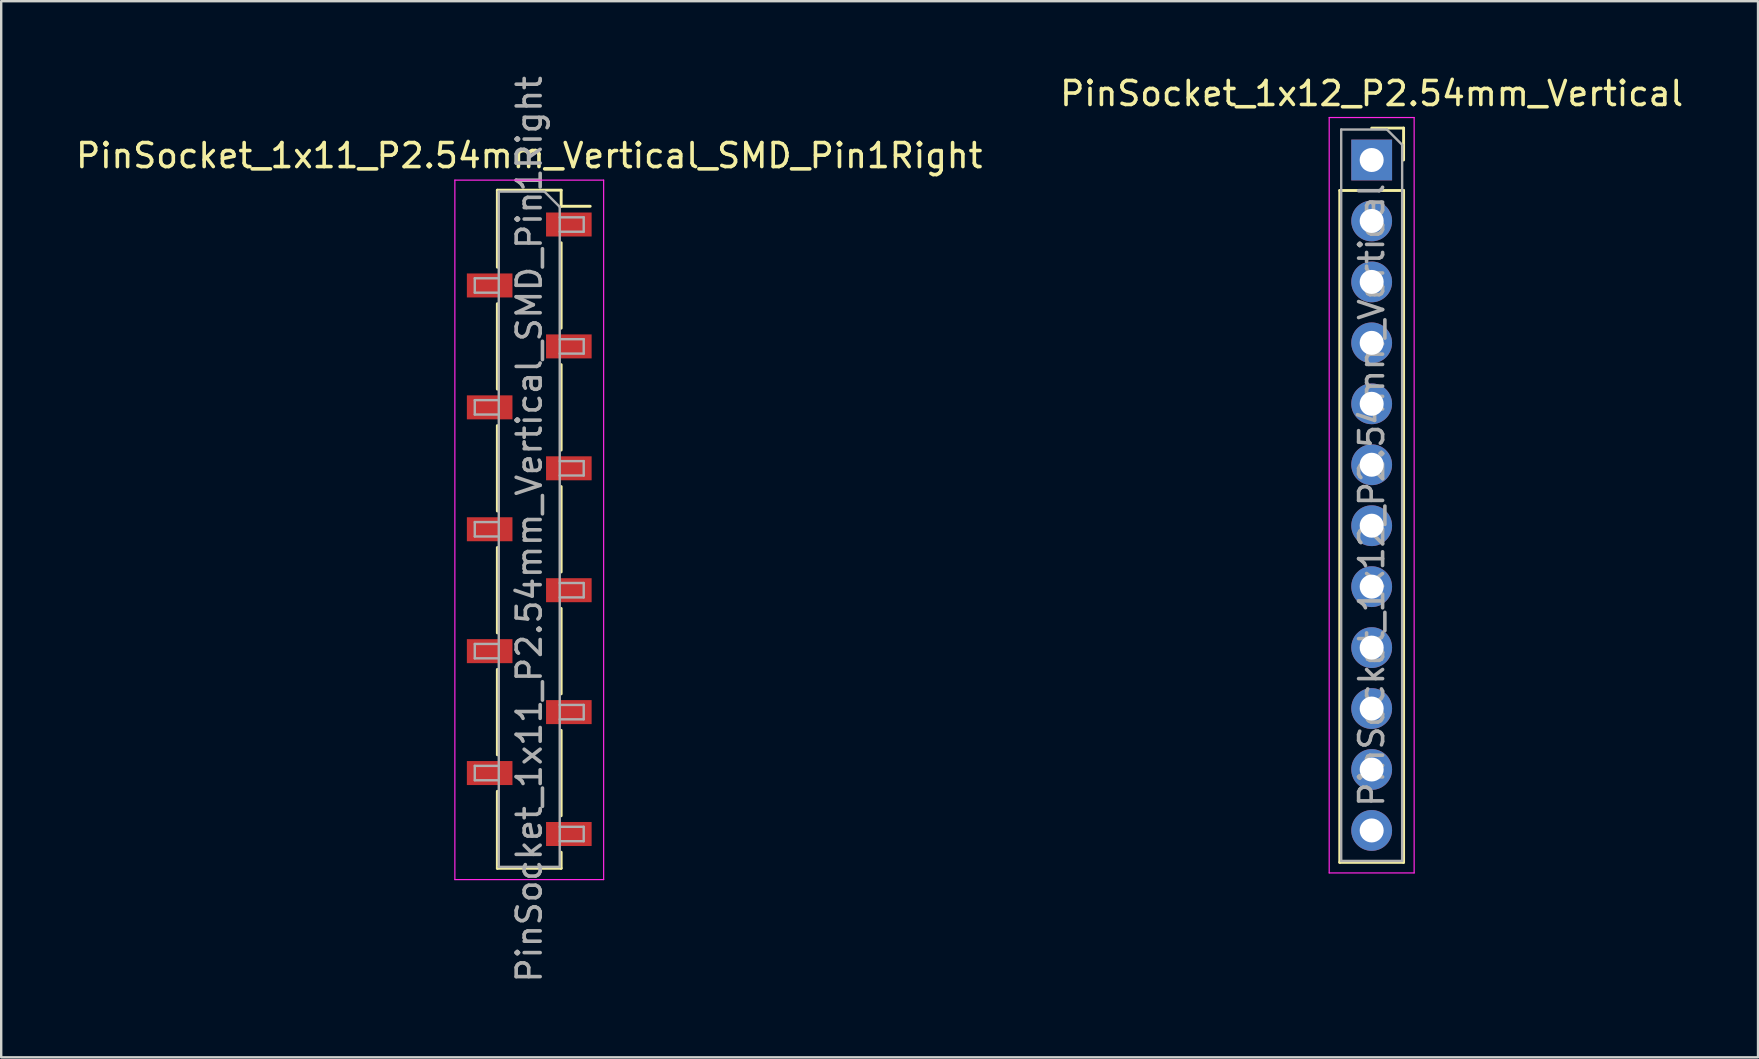
<source format=kicad_pcb>
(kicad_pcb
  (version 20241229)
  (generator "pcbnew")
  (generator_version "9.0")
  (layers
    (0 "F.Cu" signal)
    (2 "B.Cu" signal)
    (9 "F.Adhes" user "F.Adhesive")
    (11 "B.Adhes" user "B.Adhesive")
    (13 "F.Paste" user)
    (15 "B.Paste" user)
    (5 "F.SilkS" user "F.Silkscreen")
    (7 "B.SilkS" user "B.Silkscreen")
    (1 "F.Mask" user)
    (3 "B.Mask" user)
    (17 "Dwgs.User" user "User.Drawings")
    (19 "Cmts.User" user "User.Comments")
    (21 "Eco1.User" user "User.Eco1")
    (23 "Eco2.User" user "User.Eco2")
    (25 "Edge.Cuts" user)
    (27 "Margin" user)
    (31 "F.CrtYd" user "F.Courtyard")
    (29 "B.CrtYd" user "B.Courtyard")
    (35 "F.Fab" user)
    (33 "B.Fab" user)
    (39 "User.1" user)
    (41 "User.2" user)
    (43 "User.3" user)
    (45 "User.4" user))
  (footprint "PinSocket_1x12_P2.54mm_Vertical"
    (layer "F.Cu")
    (at 54.113 3.618)
    (property "Reference" "PinSocket_1x12_P2.54mm_Vertical" (at 0 -2.77 0) (layer "F.SilkS") (effects (font (size 1 1) (thickness 0.15))))
    (attr through_hole)
    (fp_line (start -1.33 1.27) (end -1.33 29.27) (stroke (width 0.12) (type solid)) (layer "F.SilkS"))
    (fp_line (start -1.33 1.27) (end 1.33 1.27) (stroke (width 0.12) (type solid)) (layer "F.SilkS"))
    (fp_line (start -1.33 29.27) (end 1.33 29.27) (stroke (width 0.12) (type solid)) (layer "F.SilkS"))
    (fp_line (start 0 -1.33) (end 1.33 -1.33) (stroke (width 0.12) (type solid)) (layer "F.SilkS"))
    (fp_line (start 1.33 -1.33) (end 1.33 0) (stroke (width 0.12) (type solid)) (layer "F.SilkS"))
    (fp_line (start 1.33 1.27) (end 1.33 29.27) (stroke (width 0.12) (type solid)) (layer "F.SilkS"))
    (fp_line (start -1.77 -1.77) (end 1.77 -1.77) (stroke (width 0.05) (type solid)) (layer "F.CrtYd"))
    (fp_line (start -1.77 29.71) (end -1.77 -1.77) (stroke (width 0.05) (type solid)) (layer "F.CrtYd"))
    (fp_line (start 1.77 -1.77) (end 1.77 29.71) (stroke (width 0.05) (type solid)) (layer "F.CrtYd"))
    (fp_line (start 1.77 29.71) (end -1.77 29.71) (stroke (width 0.05) (type solid)) (layer "F.CrtYd"))
    (fp_line (start -1.27 -1.27) (end 0.635 -1.27) (stroke (width 0.1) (type solid)) (layer "F.Fab"))
    (fp_line (start -1.27 29.21) (end -1.27 -1.27) (stroke (width 0.1) (type solid)) (layer "F.Fab"))
    (fp_line (start 0.635 -1.27) (end 1.27 -0.635) (stroke (width 0.1) (type solid)) (layer "F.Fab"))
    (fp_line (start 1.27 -0.635) (end 1.27 29.21) (stroke (width 0.1) (type solid)) (layer "F.Fab"))
    (fp_line (start 1.27 29.21) (end -1.27 29.21) (stroke (width 0.1) (type solid)) (layer "F.Fab"))
    (fp_text user "${REFERENCE}" (at 0 13.97 90) (layer "F.Fab") (effects (font (size 1 1) (thickness 0.15))))
    (pad "1" thru_hole rect (at 0 0) (size 1.7 1.7) (drill 1) (layers "*.Cu" "*.Mask"))
    (pad "2" thru_hole circle (at 0 2.54) (size 1.7 1.7) (drill 1) (layers "*.Cu" "*.Mask"))
    (pad "3" thru_hole circle (at 0 5.08) (size 1.7 1.7) (drill 1) (layers "*.Cu" "*.Mask"))
    (pad "4" thru_hole circle (at 0 7.62) (size 1.7 1.7) (drill 1) (layers "*.Cu" "*.Mask"))
    (pad "5" thru_hole circle (at 0 10.16) (size 1.7 1.7) (drill 1) (layers "*.Cu" "*.Mask"))
    (pad "6" thru_hole circle (at 0 12.7) (size 1.7 1.7) (drill 1) (layers "*.Cu" "*.Mask"))
    (pad "7" thru_hole circle (at 0 15.24) (size 1.7 1.7) (drill 1) (layers "*.Cu" "*.Mask"))
    (pad "8" thru_hole circle (at 0 17.78) (size 1.7 1.7) (drill 1) (layers "*.Cu" "*.Mask"))
    (pad "9" thru_hole circle (at 0 20.32) (size 1.7 1.7) (drill 1) (layers "*.Cu" "*.Mask"))
    (pad "10" thru_hole circle (at 0 22.86) (size 1.7 1.7) (drill 1) (layers "*.Cu" "*.Mask"))
    (pad "11" thru_hole circle (at 0 25.4) (size 1.7 1.7) (drill 1) (layers "*.Cu" "*.Mask"))
    (pad "12" thru_hole circle (at 0 27.94) (size 1.7 1.7) (drill 1) (layers "*.Cu" "*.Mask")))
  (footprint "PinSocket_1x11_P2.54mm_Vertical_SMD_Pin1Right"
    (layer "F.Cu")
    (at 19.006 19.006)
    (property "Reference" "PinSocket_1x11_P2.54mm_Vertical_SMD_Pin1Right" (at 0 -15.57 0) (layer "F.SilkS") (effects (font (size 1 1) (thickness 0.15))))
    (attr smd)
    (fp_line (start -1.33 -14.13) (end -1.33 -10.92) (stroke (width 0.12) (type solid)) (layer "F.SilkS"))
    (fp_line (start -1.33 -14.13) (end 1.33 -14.13) (stroke (width 0.12) (type solid)) (layer "F.SilkS"))
    (fp_line (start -1.33 -9.4) (end -1.33 -5.84) (stroke (width 0.12) (type solid)) (layer "F.SilkS"))
    (fp_line (start -1.33 -4.32) (end -1.33 -0.76) (stroke (width 0.12) (type solid)) (layer "F.SilkS"))
    (fp_line (start -1.33 0.76) (end -1.33 4.32) (stroke (width 0.12) (type solid)) (layer "F.SilkS"))
    (fp_line (start -1.33 5.84) (end -1.33 9.4) (stroke (width 0.12) (type solid)) (layer "F.SilkS"))
    (fp_line (start -1.33 10.92) (end -1.33 14.13) (stroke (width 0.12) (type solid)) (layer "F.SilkS"))
    (fp_line (start -1.33 14.13) (end 1.33 14.13) (stroke (width 0.12) (type solid)) (layer "F.SilkS"))
    (fp_line (start 1.33 -14.13) (end 1.33 -13.46) (stroke (width 0.12) (type solid)) (layer "F.SilkS"))
    (fp_line (start 1.33 -13.46) (end 2.54 -13.46) (stroke (width 0.12) (type solid)) (layer "F.SilkS"))
    (fp_line (start 1.33 -11.94) (end 1.33 -8.38) (stroke (width 0.12) (type solid)) (layer "F.SilkS"))
    (fp_line (start 1.33 -6.86) (end 1.33 -3.3) (stroke (width 0.12) (type solid)) (layer "F.SilkS"))
    (fp_line (start 1.33 -1.78) (end 1.33 1.78) (stroke (width 0.12) (type solid)) (layer "F.SilkS"))
    (fp_line (start 1.33 3.3) (end 1.33 6.86) (stroke (width 0.12) (type solid)) (layer "F.SilkS"))
    (fp_line (start 1.33 8.38) (end 1.33 11.94) (stroke (width 0.12) (type solid)) (layer "F.SilkS"))
    (fp_line (start 1.33 13.46) (end 1.33 14.13) (stroke (width 0.12) (type solid)) (layer "F.SilkS"))
    (fp_line (start -3.1 -14.55) (end 3.1 -14.55) (stroke (width 0.05) (type solid)) (layer "F.CrtYd"))
    (fp_line (start -3.1 14.6) (end -3.1 -14.55) (stroke (width 0.05) (type solid)) (layer "F.CrtYd"))
    (fp_line (start 3.1 -14.55) (end 3.1 14.6) (stroke (width 0.05) (type solid)) (layer "F.CrtYd"))
    (fp_line (start 3.1 14.6) (end -3.1 14.6) (stroke (width 0.05) (type solid)) (layer "F.CrtYd"))
    (fp_line (start -2.27 -10.46) (end -1.27 -10.46) (stroke (width 0.1) (type solid)) (layer "F.Fab"))
    (fp_line (start -2.27 -9.86) (end -2.27 -10.46) (stroke (width 0.1) (type solid)) (layer "F.Fab"))
    (fp_line (start -2.27 -5.38) (end -1.27 -5.38) (stroke (width 0.1) (type solid)) (layer "F.Fab"))
    (fp_line (start -2.27 -4.78) (end -2.27 -5.38) (stroke (width 0.1) (type solid)) (layer "F.Fab"))
    (fp_line (start -2.27 -0.3) (end -1.27 -0.3) (stroke (width 0.1) (type solid)) (layer "F.Fab"))
    (fp_line (start -2.27 0.3) (end -2.27 -0.3) (stroke (width 0.1) (type solid)) (layer "F.Fab"))
    (fp_line (start -2.27 4.78) (end -1.27 4.78) (stroke (width 0.1) (type solid)) (layer "F.Fab"))
    (fp_line (start -2.27 5.38) (end -2.27 4.78) (stroke (width 0.1) (type solid)) (layer "F.Fab"))
    (fp_line (start -2.27 9.86) (end -1.27 9.86) (stroke (width 0.1) (type solid)) (layer "F.Fab"))
    (fp_line (start -2.27 10.46) (end -2.27 9.86) (stroke (width 0.1) (type solid)) (layer "F.Fab"))
    (fp_line (start -1.27 -14.07) (end 0.635 -14.07) (stroke (width 0.1) (type solid)) (layer "F.Fab"))
    (fp_line (start -1.27 -9.86) (end -2.27 -9.86) (stroke (width 0.1) (type solid)) (layer "F.Fab"))
    (fp_line (start -1.27 -4.78) (end -2.27 -4.78) (stroke (width 0.1) (type solid)) (layer "F.Fab"))
    (fp_line (start -1.27 0.3) (end -2.27 0.3) (stroke (width 0.1) (type solid)) (layer "F.Fab"))
    (fp_line (start -1.27 5.38) (end -2.27 5.38) (stroke (width 0.1) (type solid)) (layer "F.Fab"))
    (fp_line (start -1.27 10.46) (end -2.27 10.46) (stroke (width 0.1) (type solid)) (layer "F.Fab"))
    (fp_line (start -1.27 14.07) (end -1.27 -14.07) (stroke (width 0.1) (type solid)) (layer "F.Fab"))
    (fp_line (start 0.635 -14.07) (end 1.27 -13.435) (stroke (width 0.1) (type solid)) (layer "F.Fab"))
    (fp_line (start 1.27 -13.435) (end 1.27 14.07) (stroke (width 0.1) (type solid)) (layer "F.Fab"))
    (fp_line (start 1.27 -13) (end 2.27 -13) (stroke (width 0.1) (type solid)) (layer "F.Fab"))
    (fp_line (start 1.27 -7.92) (end 2.27 -7.92) (stroke (width 0.1) (type solid)) (layer "F.Fab"))
    (fp_line (start 1.27 -2.84) (end 2.27 -2.84) (stroke (width 0.1) (type solid)) (layer "F.Fab"))
    (fp_line (start 1.27 2.24) (end 2.27 2.24) (stroke (width 0.1) (type solid)) (layer "F.Fab"))
    (fp_line (start 1.27 7.32) (end 2.27 7.32) (stroke (width 0.1) (type solid)) (layer "F.Fab"))
    (fp_line (start 1.27 12.4) (end 2.27 12.4) (stroke (width 0.1) (type solid)) (layer "F.Fab"))
    (fp_line (start 1.27 14.07) (end -1.27 14.07) (stroke (width 0.1) (type solid)) (layer "F.Fab"))
    (fp_line (start 2.27 -13) (end 2.27 -12.4) (stroke (width 0.1) (type solid)) (layer "F.Fab"))
    (fp_line (start 2.27 -12.4) (end 1.27 -12.4) (stroke (width 0.1) (type solid)) (layer "F.Fab"))
    (fp_line (start 2.27 -7.92) (end 2.27 -7.32) (stroke (width 0.1) (type solid)) (layer "F.Fab"))
    (fp_line (start 2.27 -7.32) (end 1.27 -7.32) (stroke (width 0.1) (type solid)) (layer "F.Fab"))
    (fp_line (start 2.27 -2.84) (end 2.27 -2.24) (stroke (width 0.1) (type solid)) (layer "F.Fab"))
    (fp_line (start 2.27 -2.24) (end 1.27 -2.24) (stroke (width 0.1) (type solid)) (layer "F.Fab"))
    (fp_line (start 2.27 2.24) (end 2.27 2.84) (stroke (width 0.1) (type solid)) (layer "F.Fab"))
    (fp_line (start 2.27 2.84) (end 1.27 2.84) (stroke (width 0.1) (type solid)) (layer "F.Fab"))
    (fp_line (start 2.27 7.32) (end 2.27 7.92) (stroke (width 0.1) (type solid)) (layer "F.Fab"))
    (fp_line (start 2.27 7.92) (end 1.27 7.92) (stroke (width 0.1) (type solid)) (layer "F.Fab"))
    (fp_line (start 2.27 12.4) (end 2.27 13) (stroke (width 0.1) (type solid)) (layer "F.Fab"))
    (fp_line (start 2.27 13) (end 1.27 13) (stroke (width 0.1) (type solid)) (layer "F.Fab"))
    (fp_text user "${REFERENCE}" (at 0 0 90) (layer "F.Fab") (effects (font (size 1 1) (thickness 0.15))))
    (pad "1" smd rect (at 1.65 -12.7) (size 1.9 1) (layers "F.Cu" "F.Mask" "F.Paste"))
    (pad "2" smd rect (at -1.65 -10.16) (size 1.9 1) (layers "F.Cu" "F.Mask" "F.Paste"))
    (pad "3" smd rect (at 1.65 -7.62) (size 1.9 1) (layers "F.Cu" "F.Mask" "F.Paste"))
    (pad "4" smd rect (at -1.65 -5.08) (size 1.9 1) (layers "F.Cu" "F.Mask" "F.Paste"))
    (pad "5" smd rect (at 1.65 -2.54) (size 1.9 1) (layers "F.Cu" "F.Mask" "F.Paste"))
    (pad "6" smd rect (at -1.65 0) (size 1.9 1) (layers "F.Cu" "F.Mask" "F.Paste"))
    (pad "7" smd rect (at 1.65 2.54) (size 1.9 1) (layers "F.Cu" "F.Mask" "F.Paste"))
    (pad "8" smd rect (at -1.65 5.08) (size 1.9 1) (layers "F.Cu" "F.Mask" "F.Paste"))
    (pad "9" smd rect (at 1.65 7.62) (size 1.9 1) (layers "F.Cu" "F.Mask" "F.Paste"))
    (pad "10" smd rect (at -1.65 10.16) (size 1.9 1) (layers "F.Cu" "F.Mask" "F.Paste"))
    (pad "11" smd rect (at 1.65 12.7) (size 1.9 1) (layers "F.Cu" "F.Mask" "F.Paste")))
  (gr_rect
    (start -3 -3)
    (end 70.214 41.012)
    (stroke (width 0.1) (type default))
    (fill no)
    (layer "Edge.Cuts")))
</source>
